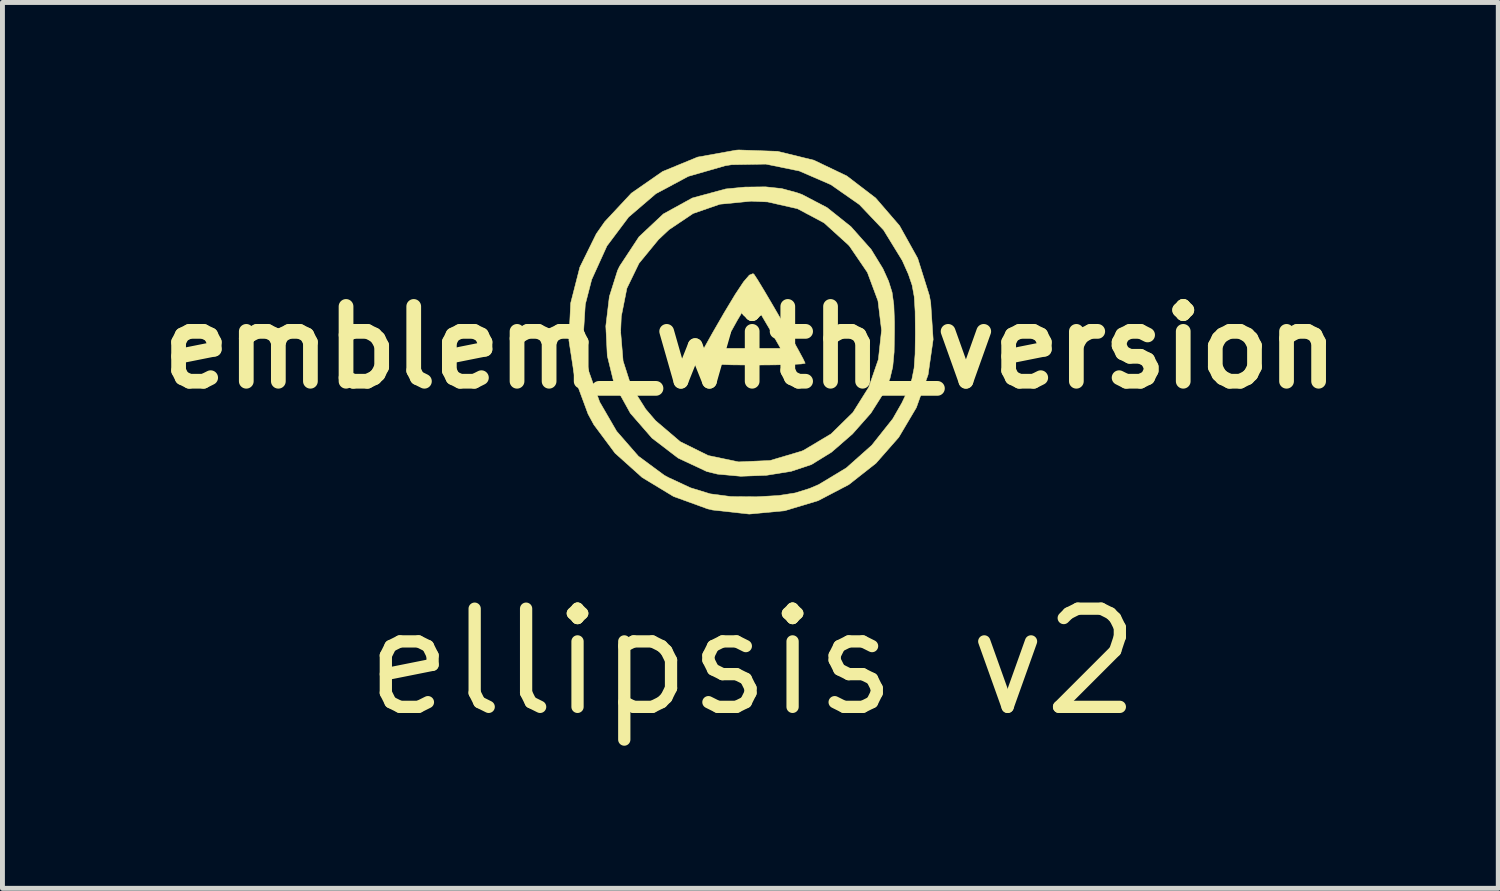
<source format=kicad_pcb>
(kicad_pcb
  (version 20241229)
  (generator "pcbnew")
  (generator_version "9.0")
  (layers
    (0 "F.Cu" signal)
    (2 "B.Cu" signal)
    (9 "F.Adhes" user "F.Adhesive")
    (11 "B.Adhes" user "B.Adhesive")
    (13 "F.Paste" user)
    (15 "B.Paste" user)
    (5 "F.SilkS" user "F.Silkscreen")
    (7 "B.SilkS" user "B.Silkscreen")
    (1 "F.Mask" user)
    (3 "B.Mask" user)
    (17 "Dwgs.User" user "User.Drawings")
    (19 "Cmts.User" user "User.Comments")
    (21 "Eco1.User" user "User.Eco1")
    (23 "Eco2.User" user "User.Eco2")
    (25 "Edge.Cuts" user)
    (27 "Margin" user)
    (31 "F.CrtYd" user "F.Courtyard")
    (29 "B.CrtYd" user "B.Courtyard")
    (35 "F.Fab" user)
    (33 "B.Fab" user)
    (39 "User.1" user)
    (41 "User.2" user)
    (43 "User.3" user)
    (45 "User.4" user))
  (footprint "emblem_with_version"
    (layer "F.Cu")
    (at 12.236 4.027)
    (property "Reference" "emblem_with_version" (at 0 0 0) (layer "F.SilkS") (effects (font (size 1.524 1.524) (thickness 0.3))))
    (attr through_hole)
    (fp_poly (pts (xy 0.075 -1.487) (xy 0.149 -1.374) (xy 0.28 -1.158) (xy 0.447 -0.875) (xy 0.63 -0.56) (xy 0.809 -0.247) (xy 0.963 0.028) (xy 1.072 0.229) (xy 1.116 0.322) (xy 1.116 0.323) (xy 1.037 0.337) (xy 0.82 0.348) (xy 0.496 0.356) (xy 0.097 0.359) (xy 0.016 0.359) (xy -0.394 0.355) (xy -0.734 0.342) (xy -0.973 0.323) (xy -1.081 0.3) (xy -1.084 0.296) (xy -1.043 0.202) (xy -0.947 0.02) (xy -0.584 0.02) (xy 0.616 0.02) (xy 0.387 -0.382) (xy 0.205 -0.692) (xy 0.078 -0.859) (xy -0.025 -0.886) (xy -0.132 -0.779) (xy -0.273 -0.542) (xy -0.305 -0.484) (xy -0.584 0.02) (xy -0.947 0.02) (xy -0.932 -0.007) (xy -0.768 -0.301) (xy -0.566 -0.651) (xy -0.548 -0.683) (xy -0.31 -1.078) (xy -0.139 -1.336) (xy -0.021 -1.473) (xy 0.054 -1.503) (xy 0.075 -1.487)) (stroke (width 0.01) (type solid)) (fill yes) (layer "F.SilkS"))
    (fp_poly (pts (xy 0.637 -3.236) (xy 0.95 -3.151) (xy 1.053 -3.114) (xy 1.562 -2.848) (xy 2.048 -2.46) (xy 2.459 -1.997) (xy 2.7 -1.604) (xy 2.815 -1.35) (xy 2.886 -1.123) (xy 2.922 -0.865) (xy 2.935 -0.522) (xy 2.935 -0.318) (xy 2.928 0.095) (xy 2.9 0.395) (xy 2.843 0.634) (xy 2.748 0.867) (xy 2.727 0.909) (xy 2.455 1.339) (xy 2.079 1.764) (xy 1.653 2.134) (xy 1.243 2.387) (xy 0.831 2.524) (xy 0.329 2.605) (xy -0.195 2.625) (xy -0.672 2.581) (xy -0.888 2.528) (xy -1.472 2.254) (xy -2.004 1.847) (xy -2.445 1.341) (xy -2.759 0.773) (xy -2.782 0.715) (xy -2.915 0.17) (xy -2.939 -0.318) (xy -2.643 -0.318) (xy -2.593 0.277) (xy -2.43 0.785) (xy -2.133 1.257) (xy -1.932 1.492) (xy -1.428 1.921) (xy -0.857 2.203) (xy -0.24 2.332) (xy 0.401 2.304) (xy 1.042 2.114) (xy 1.084 2.096) (xy 1.644 1.762) (xy 2.088 1.326) (xy 2.411 0.812) (xy 2.607 0.245) (xy 2.672 -0.35) (xy 2.599 -0.949) (xy 2.384 -1.527) (xy 2.021 -2.06) (xy 1.995 -2.089) (xy 1.501 -2.537) (xy 0.958 -2.826) (xy 0.349 -2.964) (xy 0.016 -2.979) (xy -0.621 -2.917) (xy -1.167 -2.728) (xy -1.658 -2.398) (xy -1.872 -2.197) (xy -2.269 -1.713) (xy -2.516 -1.204) (xy -2.63 -0.63) (xy -2.643 -0.318) (xy -2.939 -0.318) (xy -2.945 -0.434) (xy -2.873 -1.035) (xy -2.705 -1.569) (xy -2.663 -1.655) (xy -2.269 -2.253) (xy -1.774 -2.718) (xy -1.182 -3.044) (xy -0.502 -3.228) (xy -0.111 -3.266) (xy 0.308 -3.271) (xy 0.637 -3.236)) (stroke (width 0.01) (type solid)) (fill yes) (layer "F.SilkS"))
    (fp_poly (pts (xy 0.555 -3.994) (xy 1.294 -3.813) (xy 1.965 -3.492) (xy 2.552 -3.043) (xy 3.038 -2.48) (xy 3.408 -1.815) (xy 3.645 -1.061) (xy 3.673 -0.914) (xy 3.723 -0.162) (xy 3.62 0.556) (xy 3.381 1.226) (xy 3.022 1.832) (xy 2.558 2.36) (xy 2.005 2.795) (xy 1.38 3.122) (xy 0.699 3.327) (xy -0.024 3.395) (xy -0.771 3.312) (xy -0.873 3.288) (xy -1.566 3.036) (xy -2.205 2.649) (xy -2.757 2.154) (xy -3.189 1.574) (xy -3.307 1.356) (xy -3.58 0.617) (xy -3.697 -0.144) (xy -3.694 -0.212) (xy -3.405 -0.212) (xy -3.302 0.461) (xy -3.07 1.112) (xy -2.725 1.707) (xy -2.281 2.216) (xy -1.754 2.605) (xy -1.665 2.653) (xy -1.219 2.86) (xy -0.818 2.983) (xy -0.392 3.039) (xy 0.127 3.043) (xy 0.143 3.042) (xy 0.579 3.017) (xy 0.912 2.965) (xy 1.207 2.873) (xy 1.392 2.794) (xy 1.954 2.455) (xy 2.472 1.994) (xy 2.9 1.455) (xy 3.086 1.13) (xy 3.211 0.866) (xy 3.29 0.646) (xy 3.335 0.421) (xy 3.355 0.136) (xy 3.36 -0.26) (xy 3.36 -0.316) (xy 3.356 -0.731) (xy 3.338 -1.03) (xy 3.295 -1.266) (xy 3.218 -1.492) (xy 3.098 -1.761) (xy 3.091 -1.775) (xy 2.713 -2.391) (xy 2.221 -2.909) (xy 1.64 -3.315) (xy 0.997 -3.594) (xy 0.315 -3.734) (xy -0.38 -3.722) (xy -0.513 -3.701) (xy -1.264 -3.485) (xy -1.924 -3.132) (xy -2.481 -2.655) (xy -2.922 -2.067) (xy -3.233 -1.382) (xy -3.363 -0.877) (xy -3.405 -0.212) (xy -3.694 -0.212) (xy -3.661 -0.902) (xy -3.474 -1.634) (xy -3.139 -2.314) (xy -2.967 -2.56) (xy -2.424 -3.142) (xy -1.789 -3.583) (xy -1.075 -3.877) (xy -0.291 -4.018) (xy -0.236 -4.022) (xy 0.555 -3.994)) (stroke (width 0.01) (type solid)) (fill yes) (layer "F.SilkS"))
    (fp_text user "ellipsis v2" (at 0.05 6.41 0) (unlocked yes) (layer "F.SilkS") (effects (font (size 2 2) (thickness 0.25)))))
  (gr_rect
    (start -3 -3)
    (end 27.471 15.046)
    (stroke (width 0.1) (type default))
    (fill no)
    (layer "Edge.Cuts")))
</source>
